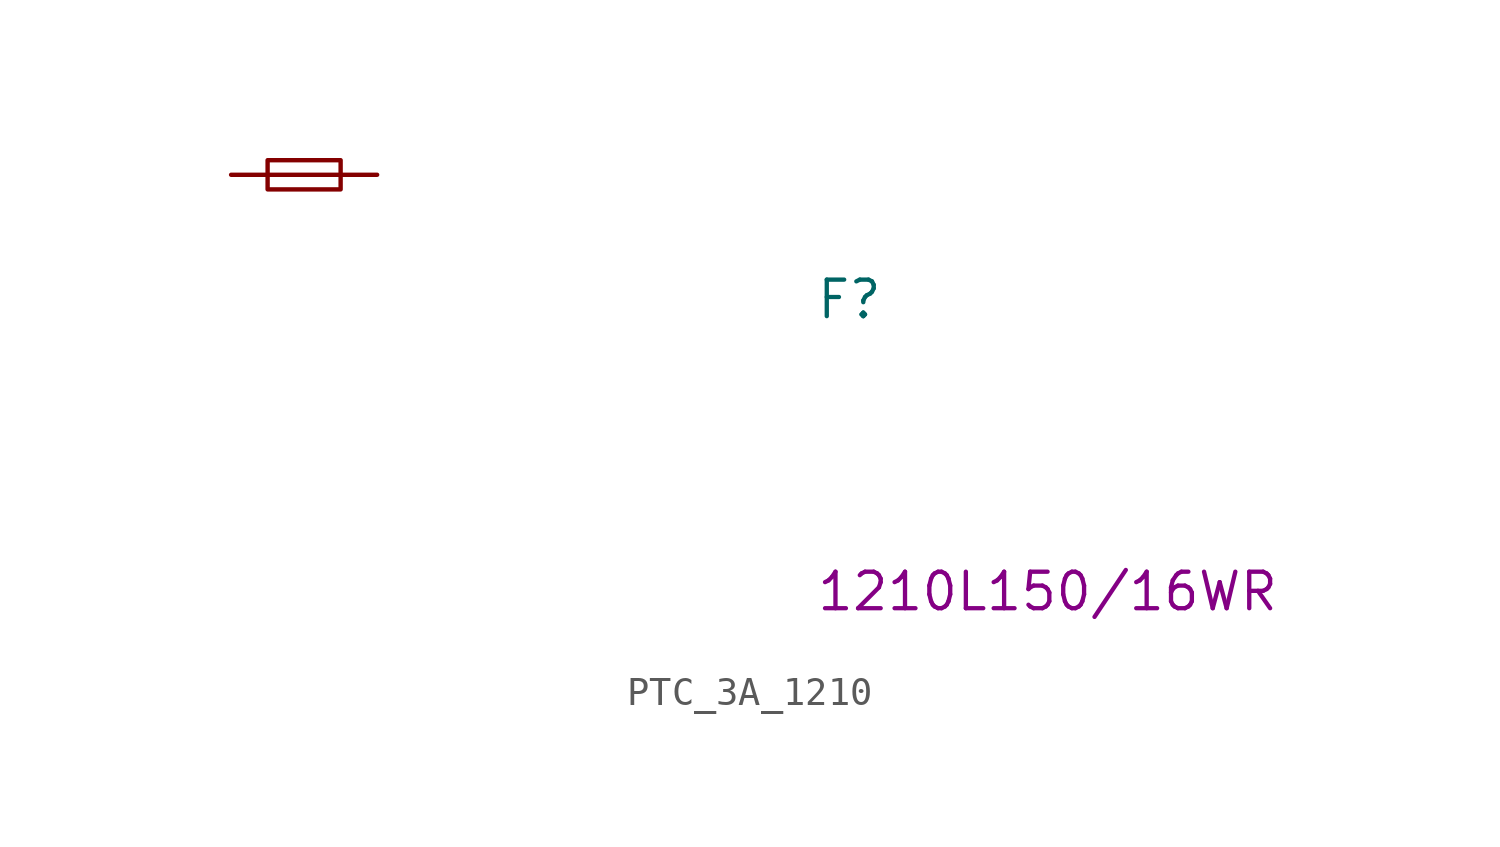
<source format=kicad_sym>
(kicad_symbol_lib
  (version 20211014)
  (generator kicad_symbol_editor)
  (symbol "PTC_3A_1210"
    (pin_numbers hide)
    (pin_names
      (offset 1.016) hide)
    (property "Reference" "F"
      (at 20.32 -5.08 0)
      (effects (font (size 1.27 1.27) (thickness 0.15)) (justify left bottom)))
    (property "MPN" "1210L150/16WR"
      (at 20.32 -15.24 0)
      (effects (font (size 1.27 1.27) (thickness 0.15)) (justify left bottom)))
    (symbol "PTC_3A_1210_0_1"
      (polyline (pts (xy 1.27 0) (xy 3.81 0)) (stroke (width 0) (type default) (color 0 0 0 0)) (fill (type none)))
      (rectangle (start 1.27 0.508) (end 3.81 -0.508) (stroke (width 0) (type default) (color 0 0 0 0)) (fill (type none))))
    (symbol "PTC_3A_1210_1_1"
      (pin passive line (at 0 0 0) (length 1.27) (name "~" (effects (font (size 1.27 1.27)))) (number "1" (effects (font (size 1.27 1.27)))))
      (pin passive line (at 5.08 0 180) (length 1.27) (name "~" (effects (font (size 1.27 1.27)))) (number "2" (effects (font (size 1.27 1.27))))))))
</source>
